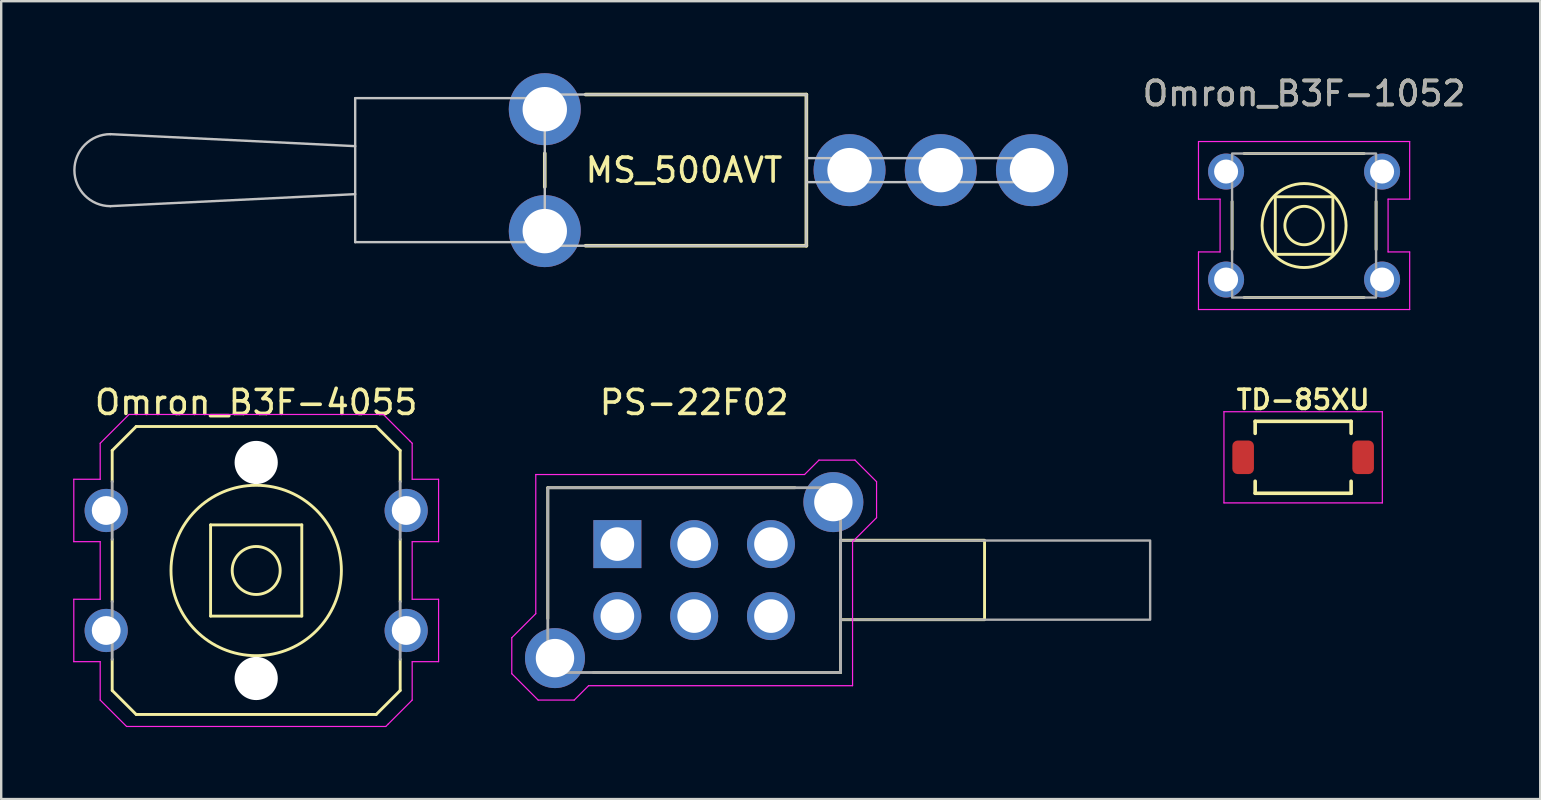
<source format=kicad_pcb>
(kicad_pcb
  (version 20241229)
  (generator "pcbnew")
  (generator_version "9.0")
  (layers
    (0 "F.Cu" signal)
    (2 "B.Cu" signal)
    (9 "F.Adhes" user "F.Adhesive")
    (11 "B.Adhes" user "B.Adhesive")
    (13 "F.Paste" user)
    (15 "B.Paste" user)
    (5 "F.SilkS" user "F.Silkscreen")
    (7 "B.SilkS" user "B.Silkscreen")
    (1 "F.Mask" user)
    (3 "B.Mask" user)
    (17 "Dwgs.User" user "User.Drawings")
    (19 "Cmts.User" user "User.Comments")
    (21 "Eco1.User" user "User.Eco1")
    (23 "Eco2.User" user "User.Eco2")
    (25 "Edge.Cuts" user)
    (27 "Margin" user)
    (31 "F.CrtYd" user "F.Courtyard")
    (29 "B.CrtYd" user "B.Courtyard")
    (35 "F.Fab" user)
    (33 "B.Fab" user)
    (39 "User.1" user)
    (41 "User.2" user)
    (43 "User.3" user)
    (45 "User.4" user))
  (footprint "Omron_B3F-1052"
    (layer "F.Cu")
    (at 51.289 6.348)
    (property "Reference" "Omron_B3F-1052" (at 0 -5.5 0) (unlocked yes) (layer "F.SilkS") (effects (font (size 1 1) (thickness 0.15))))
    (attr through_hole)
    (fp_line (start -3 1) (end -3 -1) (stroke (width 0.12) (type solid)) (layer "F.SilkS"))
    (fp_line (start -2.5 -3) (end 2.5 -3) (stroke (width 0.12) (type solid)) (layer "F.SilkS"))
    (fp_line (start 2.5 3) (end -2.5 3) (stroke (width 0.12) (type solid)) (layer "F.SilkS"))
    (fp_line (start 3 -1) (end 3 1) (stroke (width 0.12) (type solid)) (layer "F.SilkS"))
    (fp_rect (start -1.2 -1.2) (end 1.2 1.2) (stroke (width 0.12) (type solid)) (fill no) (layer "F.SilkS"))
    (fp_circle (center 0 0) (end 0.8 0) (stroke (width 0.12) (type solid)) (fill no) (layer "F.SilkS"))
    (fp_circle (center 0 0) (end 1.75 0) (stroke (width 0.12) (type solid)) (fill no) (layer "F.SilkS"))
    (fp_line (start -4.4 -3.5) (end -4.4 -1.1) (stroke (width 0.05) (type solid)) (layer "F.CrtYd"))
    (fp_line (start -4.4 -1.1) (end -3.5 -1.1) (stroke (width 0.05) (type solid)) (layer "F.CrtYd"))
    (fp_line (start -4.4 1.1) (end -4.4 3.5) (stroke (width 0.05) (type solid)) (layer "F.CrtYd"))
    (fp_line (start -4.4 3.5) (end 4.4 3.5) (stroke (width 0.05) (type solid)) (layer "F.CrtYd"))
    (fp_line (start -3.5 -1.1) (end -3.5 1.1) (stroke (width 0.05) (type solid)) (layer "F.CrtYd"))
    (fp_line (start -3.5 1.1) (end -4.4 1.1) (stroke (width 0.05) (type solid)) (layer "F.CrtYd"))
    (fp_line (start 3.5 -1.1) (end 3.5 1.1) (stroke (width 0.05) (type solid)) (layer "F.CrtYd"))
    (fp_line (start 3.5 -1.1) (end 4.4 -1.1) (stroke (width 0.05) (type solid)) (layer "F.CrtYd"))
    (fp_line (start 3.5 1.1) (end 4.4 1.1) (stroke (width 0.05) (type solid)) (layer "F.CrtYd"))
    (fp_line (start 4.4 -3.5) (end -4.4 -3.5) (stroke (width 0.05) (type solid)) (layer "F.CrtYd"))
    (fp_line (start 4.4 -1.1) (end 4.4 -3.5) (stroke (width 0.05) (type solid)) (layer "F.CrtYd"))
    (fp_line (start 4.4 1.1) (end 4.4 3.5) (stroke (width 0.05) (type solid)) (layer "F.CrtYd"))
    (fp_rect (start -3 -3) (end 3 3) (stroke (width 0.1) (type solid)) (fill no) (layer "F.Fab"))
    (fp_text user "${REFERENCE}" (at 0 -5.5 0) (unlocked yes) (layer "F.Fab") (effects (font (size 1 1) (thickness 0.15))))
    (pad "1" thru_hole circle (at 3.25 2.25) (size 1.5 1.5) (drill 1) (layers "*.Cu" "*.Mask"))
    (pad "2" thru_hole circle (at -3.25 2.25) (size 1.5 1.5) (drill 1) (layers "*.Cu" "*.Mask"))
    (pad "3" thru_hole circle (at 3.25 -2.25) (size 1.5 1.5) (drill 1) (layers "*.Cu" "*.Mask"))
    (pad "4" thru_hole circle (at -3.25 -2.25) (size 1.5 1.5) (drill 1) (layers "*.Cu" "*.Mask")))
  (footprint "MS_500AVT"
    (layer "F.Cu")
    (at 32.35 4.04)
    (property "Reference" "MS_500AVT" (at -6.9 0 0) (layer "F.SilkS") (effects (font (size 1 1) (thickness 0.15))))
    (attr through_hole)
    (fp_line (start -12.7 0.7) (end -12.7 -0.7) (stroke (width 0.15) (type solid)) (layer "F.SilkS"))
    (fp_line (start -11 -3.15) (end -1.8 -3.15) (stroke (width 0.15) (type solid)) (layer "F.SilkS"))
    (fp_line (start -1.8 -3.15) (end -1.8 3.15) (stroke (width 0.15) (type solid)) (layer "F.SilkS"))
    (fp_line (start -1.8 3.15) (end -11 3.15) (stroke (width 0.15) (type solid)) (layer "F.SilkS"))
    (fp_line (start -30.8 -1.5) (end -20.6 -1) (stroke (width 0.1) (type solid)) (layer "Dwgs.User"))
    (fp_line (start -20.6 -3) (end -20.6 3) (stroke (width 0.1) (type solid)) (layer "Dwgs.User"))
    (fp_line (start -20.6 -3) (end -12.7 -3) (stroke (width 0.1) (type solid)) (layer "Dwgs.User"))
    (fp_line (start -20.6 1) (end -30.8 1.5) (stroke (width 0.1) (type solid)) (layer "Dwgs.User"))
    (fp_line (start -20.6 3) (end -12.7 3) (stroke (width 0.1) (type solid)) (layer "Dwgs.User"))
    (fp_line (start -12.7 -3.15) (end -1.8 -3.15) (stroke (width 0.1) (type solid)) (layer "Dwgs.User"))
    (fp_line (start -12.7 3.15) (end -12.7 -3.15) (stroke (width 0.1) (type solid)) (layer "Dwgs.User"))
    (fp_line (start -12.7 3.15) (end -1.8 3.15) (stroke (width 0.1) (type solid)) (layer "Dwgs.User"))
    (fp_line (start -1.8 -3.15) (end -1.8 3.15) (stroke (width 0.1) (type solid)) (layer "Dwgs.User"))
    (fp_line (start 8.2 -0.5) (end -1.8 -0.5) (stroke (width 0.1) (type solid)) (layer "Dwgs.User"))
    (fp_line (start 8.2 -0.5) (end 8.2 0.5) (stroke (width 0.1) (type solid)) (layer "Dwgs.User"))
    (fp_line (start 8.2 0.5) (end -1.8 0.5) (stroke (width 0.1) (type solid)) (layer "Dwgs.User"))
    (fp_arc (start -30.8 1.5) (mid -32.3 0) (end -30.8 -1.5) (stroke (width 0.1) (type solid)) (layer "Dwgs.User"))
    (pad "1" thru_hole circle (at 0 0) (size 3 3) (drill 1.85) (layers "*.Cu" "*.Mask"))
    (pad "2" thru_hole circle (at 3.8 0) (size 3 3) (drill 1.85) (layers "*.Cu" "*.Mask"))
    (pad "3" thru_hole circle (at 7.6 0) (size 3 3) (drill 1.85) (layers "*.Cu" "*.Mask"))
    (pad "S" thru_hole circle (at -12.7 -2.54) (size 3 3) (drill 1.85) (layers "*.Cu" "*.Mask"))
    (pad "S" thru_hole circle (at -12.7 2.54) (size 3 3) (drill 1.85) (layers "*.Cu" "*.Mask")))
  (footprint "TD-85XU"
    (layer "F.Cu")
    (at 51.25 16.005)
    (property "Reference" "TD-85XU" (at 0 -2.4 0) (layer "F.SilkS") (effects (font (size 0.8 0.8) (thickness 0.15))))
    (attr smd)
    (fp_line (start -1.999 -1.499) (end -1.999 -0.998) (stroke (width 0.15) (type solid)) (layer "F.SilkS"))
    (fp_line (start -1.999 0.998) (end -1.999 1.499) (stroke (width 0.15) (type solid)) (layer "F.SilkS"))
    (fp_line (start -1.999 1.499) (end 1.999 1.499) (stroke (width 0.15) (type solid)) (layer "F.SilkS"))
    (fp_line (start 1.999 -1.499) (end -1.999 -1.499) (stroke (width 0.15) (type solid)) (layer "F.SilkS"))
    (fp_line (start 1.999 -0.998) (end 1.999 -1.499) (stroke (width 0.15) (type solid)) (layer "F.SilkS"))
    (fp_line (start 1.999 1.499) (end 1.999 0.998) (stroke (width 0.15) (type solid)) (layer "F.SilkS"))
    (fp_line (start -3.3 -1.9) (end -3.3 1.9) (stroke (width 0.05) (type solid)) (layer "F.CrtYd"))
    (fp_line (start -3.3 1.9) (end 3.3 1.9) (stroke (width 0.05) (type solid)) (layer "F.CrtYd"))
    (fp_line (start 3.3 -1.9) (end -3.3 -1.9) (stroke (width 0.05) (type solid)) (layer "F.CrtYd"))
    (fp_line (start 3.3 1.9) (end 3.3 -1.9) (stroke (width 0.05) (type solid)) (layer "F.CrtYd"))
    (pad "1" smd roundrect (at -2.5 0) (size 0.9 1.4) (layers "F.Cu" "F.Mask" "F.Paste") (roundrect_rratio 0.25))
    (pad "2" smd roundrect (at 2.5 0) (size 0.9 1.4) (layers "F.Cu" "F.Mask" "F.Paste") (roundrect_rratio 0.25)))
  (footprint "Omron_B3F-4055"
    (layer "F.Cu")
    (at 7.625 20.721)
    (property "Reference" "Omron_B3F-4055" (at 0 -7 0) (layer "F.SilkS") (effects (font (size 1 1) (thickness 0.15))))
    (attr through_hole)
    (fp_line (start -6 -5) (end -6 -3.7) (stroke (width 0.12) (type solid)) (layer "F.SilkS"))
    (fp_line (start -6 -1.3) (end -6 1.3) (stroke (width 0.12) (type solid)) (layer "F.SilkS"))
    (fp_line (start -6 3.7) (end -6 5) (stroke (width 0.12) (type solid)) (layer "F.SilkS"))
    (fp_line (start -6 5) (end -5 6) (stroke (width 0.12) (type solid)) (layer "F.SilkS"))
    (fp_line (start -5 -6) (end -6 -5) (stroke (width 0.12) (type solid)) (layer "F.SilkS"))
    (fp_line (start -5 -6) (end 5 -6) (stroke (width 0.12) (type solid)) (layer "F.SilkS"))
    (fp_line (start -1.9 -1.9) (end 1.9 -1.9) (stroke (width 0.12) (type solid)) (layer "F.SilkS"))
    (fp_line (start -1.9 1.9) (end -1.9 -1.9) (stroke (width 0.12) (type solid)) (layer "F.SilkS"))
    (fp_line (start 1.9 -1.9) (end 1.9 1.9) (stroke (width 0.12) (type solid)) (layer "F.SilkS"))
    (fp_line (start 1.9 1.9) (end -1.9 1.9) (stroke (width 0.12) (type solid)) (layer "F.SilkS"))
    (fp_line (start 5 6) (end -5 6) (stroke (width 0.12) (type solid)) (layer "F.SilkS"))
    (fp_line (start 6 -5) (end 5 -6) (stroke (width 0.12) (type solid)) (layer "F.SilkS"))
    (fp_line (start 6 -3.7) (end 6 -5) (stroke (width 0.12) (type solid)) (layer "F.SilkS"))
    (fp_line (start 6 1.3) (end 6 -1.3) (stroke (width 0.12) (type solid)) (layer "F.SilkS"))
    (fp_line (start 6 5) (end 5 6) (stroke (width 0.12) (type solid)) (layer "F.SilkS"))
    (fp_line (start 6 5) (end 6 3.7) (stroke (width 0.12) (type solid)) (layer "F.SilkS"))
    (fp_circle (center 0 0) (end 1 0) (stroke (width 0.12) (type solid)) (fill no) (layer "F.SilkS"))
    (fp_circle (center 0 0) (end 3.55 0) (stroke (width 0.12) (type solid)) (fill no) (layer "F.SilkS"))
    (fp_line (start -7.6 -3.8) (end -6.5 -3.8) (stroke (width 0.05) (type solid)) (layer "F.CrtYd"))
    (fp_line (start -7.6 -1.2) (end -7.6 -3.8) (stroke (width 0.05) (type solid)) (layer "F.CrtYd"))
    (fp_line (start -7.6 1.2) (end -6.5 1.2) (stroke (width 0.05) (type solid)) (layer "F.CrtYd"))
    (fp_line (start -7.6 3.8) (end -7.6 1.2) (stroke (width 0.05) (type solid)) (layer "F.CrtYd"))
    (fp_line (start -6.5 -5.3) (end -5.3 -6.5) (stroke (width 0.05) (type solid)) (layer "F.CrtYd"))
    (fp_line (start -6.5 -3.8) (end -6.5 -5.3) (stroke (width 0.05) (type solid)) (layer "F.CrtYd"))
    (fp_line (start -6.5 -1.2) (end -7.6 -1.2) (stroke (width 0.05) (type solid)) (layer "F.CrtYd"))
    (fp_line (start -6.5 1.2) (end -6.5 -1.2) (stroke (width 0.05) (type solid)) (layer "F.CrtYd"))
    (fp_line (start -6.5 3.8) (end -7.6 3.8) (stroke (width 0.05) (type solid)) (layer "F.CrtYd"))
    (fp_line (start -6.5 5.4) (end -6.5 3.8) (stroke (width 0.05) (type solid)) (layer "F.CrtYd"))
    (fp_line (start -5.4 6.5) (end -6.5 5.4) (stroke (width 0.05) (type solid)) (layer "F.CrtYd"))
    (fp_line (start -5.3 -6.5) (end 5.3 -6.5) (stroke (width 0.05) (type solid)) (layer "F.CrtYd"))
    (fp_line (start 5.3 -6.5) (end 6.4 -5.4) (stroke (width 0.05) (type solid)) (layer "F.CrtYd"))
    (fp_line (start 5.4 6.5) (end -5.4 6.5) (stroke (width 0.05) (type solid)) (layer "F.CrtYd"))
    (fp_line (start 5.5 6.4) (end 5.4 6.5) (stroke (width 0.05) (type solid)) (layer "F.CrtYd"))
    (fp_line (start 6.4 -5.4) (end 6.5 -5.3) (stroke (width 0.05) (type solid)) (layer "F.CrtYd"))
    (fp_line (start 6.5 -5.3) (end 6.5 -3.8) (stroke (width 0.05) (type solid)) (layer "F.CrtYd"))
    (fp_line (start 6.5 -3.8) (end 7.6 -3.8) (stroke (width 0.05) (type solid)) (layer "F.CrtYd"))
    (fp_line (start 6.5 -1.2) (end 6.5 1.2) (stroke (width 0.05) (type solid)) (layer "F.CrtYd"))
    (fp_line (start 6.5 1.2) (end 7.6 1.2) (stroke (width 0.05) (type solid)) (layer "F.CrtYd"))
    (fp_line (start 6.5 3.8) (end 6.5 5.4) (stroke (width 0.05) (type solid)) (layer "F.CrtYd"))
    (fp_line (start 6.5 5.4) (end 5.5 6.4) (stroke (width 0.05) (type solid)) (layer "F.CrtYd"))
    (fp_line (start 7.6 -3.8) (end 7.6 -1.2) (stroke (width 0.05) (type solid)) (layer "F.CrtYd"))
    (fp_line (start 7.6 -1.2) (end 6.5 -1.2) (stroke (width 0.05) (type solid)) (layer "F.CrtYd"))
    (fp_line (start 7.6 1.2) (end 7.6 3.8) (stroke (width 0.05) (type solid)) (layer "F.CrtYd"))
    (fp_line (start 7.6 3.8) (end 6.5 3.8) (stroke (width 0.05) (type solid)) (layer "F.CrtYd"))
    (fp_line (start -6 -3.7) (end -6 -1.3) (stroke (width 0.12) (type solid)) (layer "F.Fab"))
    (fp_line (start -6 1.3) (end -6 3.7) (stroke (width 0.12) (type solid)) (layer "F.Fab"))
    (fp_line (start 6 -1.3) (end 6 -3.7) (stroke (width 0.12) (type solid)) (layer "F.Fab"))
    (fp_line (start 6 3.7) (end 6 1.3) (stroke (width 0.12) (type solid)) (layer "F.Fab"))
    (pad "" np_thru_hole circle (at 0 -4.5) (size 1.8 1.8) (drill 1.8) (layers "*.Cu" "*.Mask"))
    (pad "" np_thru_hole circle (at 0 4.5) (size 1.8 1.8) (drill 1.8) (layers "*.Cu" "*.Mask"))
    (pad "1" thru_hole circle (at 6.25 2.5) (size 1.8 1.8) (drill 1.2) (layers "*.Cu" "*.Mask"))
    (pad "2" thru_hole circle (at -6.25 2.5) (size 1.8 1.8) (drill 1.2) (layers "*.Cu" "*.Mask"))
    (pad "3" thru_hole circle (at 6.25 -2.5) (size 1.8 1.8) (drill 1.2) (layers "*.Cu" "*.Mask"))
    (pad "4" thru_hole circle (at -6.25 -2.5) (size 1.8 1.8) (drill 1.2) (layers "*.Cu" "*.Mask")))
  (footprint "PS-22F02"
    (layer "F.Cu")
    (at 25.875 21.122)
    (property "Reference" "PS-22F02" (at 0 -7.4 0) (unlocked yes) (layer "F.SilkS") (effects (font (size 1 1) (thickness 0.15))))
    (attr through_hole)
    (fp_line (start -6.1 1.6) (end -6.1 -3.85) (stroke (width 0.12) (type solid)) (layer "F.SilkS"))
    (fp_line (start -4.2 3.85) (end 6.1 3.85) (stroke (width 0.12) (type solid)) (layer "F.SilkS"))
    (fp_line (start 4.2 -3.85) (end -6.1 -3.85) (stroke (width 0.12) (type solid)) (layer "F.SilkS"))
    (fp_line (start 6.1 -1.6) (end 6.1 3.85) (stroke (width 0.12) (type solid)) (layer "F.SilkS"))
    (fp_rect (start 6.1 1.65) (end 12.1 -1.66) (stroke (width 0.12) (type solid)) (fill no) (layer "F.SilkS"))
    (fp_line (start -7.6 2.4) (end -7.6 3.9) (stroke (width 0.05) (type solid)) (layer "F.CrtYd"))
    (fp_line (start -7.6 3.9) (end -6.5 5) (stroke (width 0.05) (type solid)) (layer "F.CrtYd"))
    (fp_line (start -6.6 -4.4) (end -6.6 1.4) (stroke (width 0.05) (type solid)) (layer "F.CrtYd"))
    (fp_line (start -6.6 1.4) (end -7.6 2.4) (stroke (width 0.05) (type solid)) (layer "F.CrtYd"))
    (fp_line (start -6.5 5) (end -5 5) (stroke (width 0.05) (type solid)) (layer "F.CrtYd"))
    (fp_line (start -5 5) (end -4.4 4.4) (stroke (width 0.05) (type solid)) (layer "F.CrtYd"))
    (fp_line (start -4.4 4.4) (end 6.6 4.4) (stroke (width 0.05) (type solid)) (layer "F.CrtYd"))
    (fp_line (start 4.6 -4.4) (end -6.6 -4.4) (stroke (width 0.05) (type solid)) (layer "F.CrtYd"))
    (fp_line (start 5.2 -5) (end 4.6 -4.4) (stroke (width 0.05) (type solid)) (layer "F.CrtYd"))
    (fp_line (start 6.6 -1.6) (end 7.6 -2.6) (stroke (width 0.05) (type solid)) (layer "F.CrtYd"))
    (fp_line (start 6.6 4.4) (end 6.6 -1.6) (stroke (width 0.05) (type solid)) (layer "F.CrtYd"))
    (fp_line (start 6.7 -5) (end 5.2 -5) (stroke (width 0.05) (type solid)) (layer "F.CrtYd"))
    (fp_line (start 7.6 -4.1) (end 6.7 -5) (stroke (width 0.05) (type solid)) (layer "F.CrtYd"))
    (fp_line (start 7.6 -2.6) (end 7.6 -4.1) (stroke (width 0.05) (type solid)) (layer "F.CrtYd"))
    (fp_rect (start -6.1 -3.85) (end 6.1 3.85) (stroke (width 0.12) (type solid)) (fill no) (layer "F.Fab"))
    (fp_rect (start 6.1 -1.65) (end 19 1.65) (stroke (width 0.1) (type solid)) (fill no) (layer "F.Fab"))
    (pad "1" thru_hole rect (at -3.2 -1.5) (size 2 2) (drill 1.4) (layers "*.Cu" "*.Mask"))
    (pad "2" thru_hole circle (at 0 -1.5) (size 2 2) (drill 1.4) (layers "*.Cu" "*.Mask"))
    (pad "3" thru_hole circle (at 3.2 -1.5) (size 2 2) (drill 1.4) (layers "*.Cu" "*.Mask"))
    (pad "4" thru_hole circle (at 3.2 1.5) (size 2 2) (drill 1.4) (layers "*.Cu" "*.Mask"))
    (pad "5" thru_hole circle (at 0 1.5) (size 2 2) (drill 1.4) (layers "*.Cu" "*.Mask"))
    (pad "6" thru_hole circle (at -3.2 1.5) (size 2 2) (drill 1.4) (layers "*.Cu" "*.Mask"))
    (pad "S" thru_hole circle (at -5.8 3.25) (size 2.5 2.5) (drill 1.6) (layers "*.Cu" "*.Mask"))
    (pad "S" thru_hole circle (at 5.8 -3.25) (size 2.5 2.5) (drill 1.6) (layers "*.Cu" "*.Mask")))
  (gr_rect
    (start -3 -3)
    (end 61.129 30.247)
    (stroke (width 0.1) (type default))
    (fill no)
    (layer "Edge.Cuts")))
</source>
